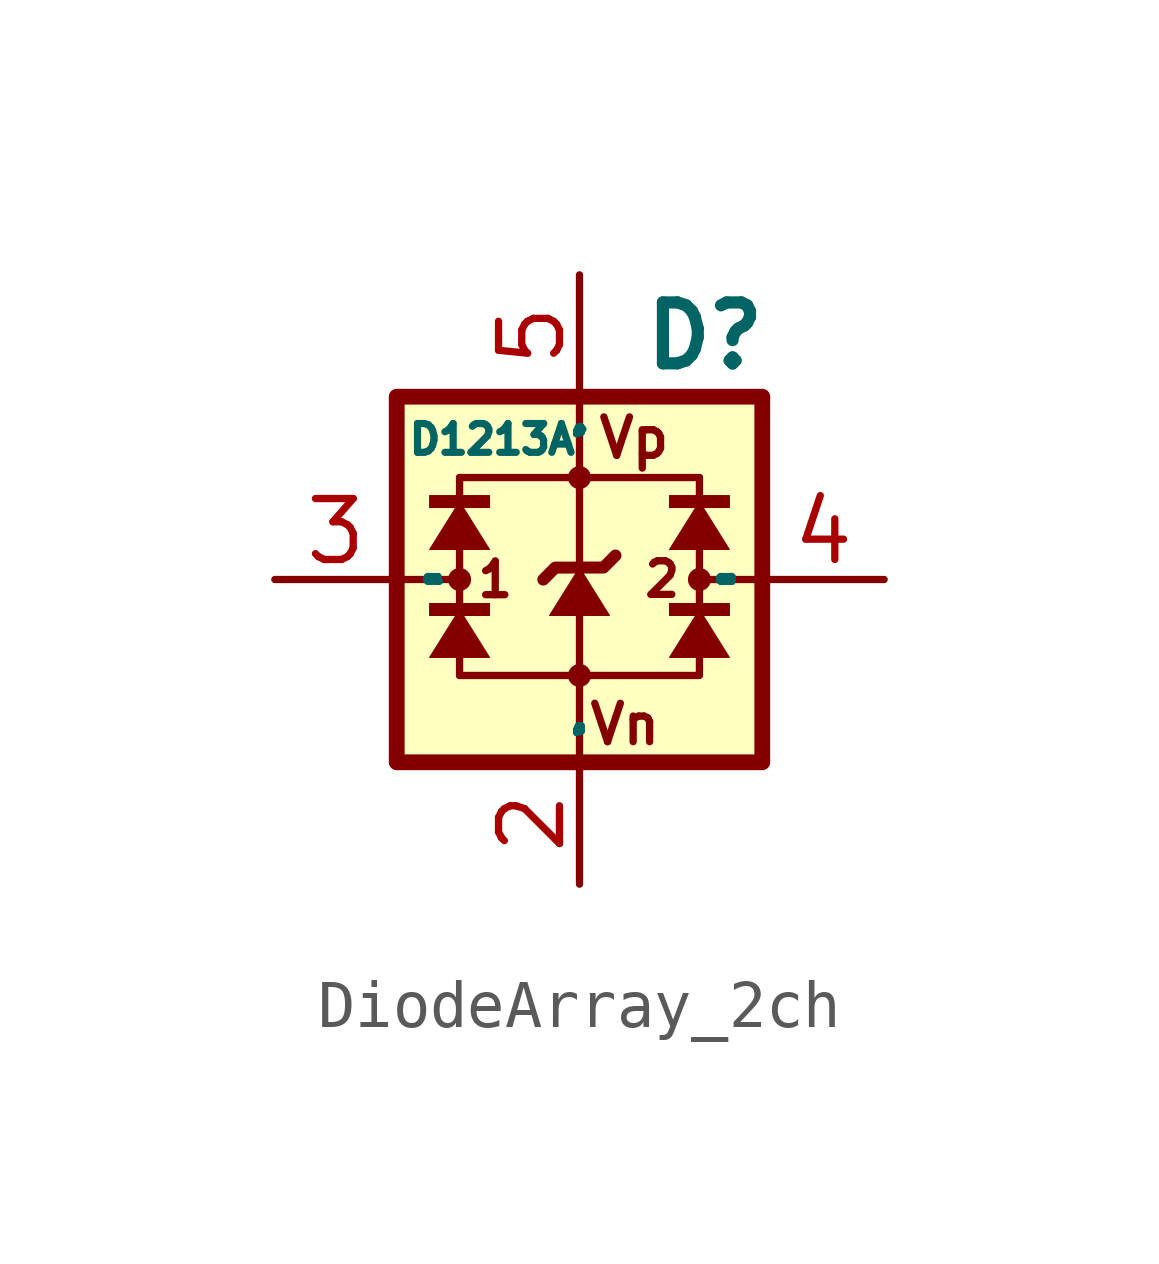
<source format=kicad_sym>
(kicad_symbol_lib
  (version 20241209)
  (generator "kicad_symbol_editor")
  (generator_version "9.0")
  (symbol "DiodeArray_2ch"
    (property "Reference" "D"
      (at 1.27 5.08 0)
      (do_not_autoplace)
      (effects (font (size 1.27 1.27) (thickness 0.254) (bold yes)) (justify left)))
    (property "Value" "D1213A"
      (at -3.618 2.921 0)
      (do_not_autoplace)
      (effects (font (size 0.6 0.6)) (justify left)))
    (symbol "DiodeArray_2ch_0_1"
      (rectangle (start -3.81 3.81) (end 3.81 -3.81) (stroke (width 0.33) (type default)) (fill (type background)))
      (rectangle (start -3.125 1.75) (end -1.875 1.5) (stroke (width 0.001) (type default)) (fill (type outline)))
      (rectangle (start -3.125 -0.5) (end -1.875 -0.75) (stroke (width 0.001) (type default)) (fill (type outline)))
      (polyline (pts (xy -2.5 2.125) (xy -2.5 -2)) (stroke (width 0) (type default)) (fill (type none)))
      (polyline (pts (xy -2.5 1.625) (xy -3.125 0.625) (xy -1.875 0.625) (xy -2.5 1.625)) (stroke (width 0.001) (type default)) (fill (type outline)))
      (polyline (pts (xy -2.5 -0.625) (xy -3.125 -1.625) (xy -1.875 -1.625) (xy -2.5 -0.625)) (stroke (width 0.001) (type default)) (fill (type outline)))
      (polyline (pts (xy -0.755 -0.002) (xy -0.505 0.248) (xy 0.5 0.25) (xy 0.75 0.5)) (stroke (width 0.25) (type default)) (fill (type none)))
      (polyline (pts (xy 0 0.25) (xy -0.625 -0.75) (xy 0.625 -0.75) (xy 0 0.25)) (stroke (width 0.001) (type default)) (fill (type outline)))
      (polyline (pts (xy 0 -3.81) (xy 0 3.81)) (stroke (width 0) (type default)) (fill (type none)))
      (rectangle (start 1.875 1.75) (end 3.125 1.5) (stroke (width 0.001) (type default)) (fill (type outline)))
      (rectangle (start 1.875 -0.5) (end 3.125 -0.75) (stroke (width 0.001) (type default)) (fill (type outline)))
      (polyline (pts (xy 2.5 2.125) (xy -2.5 2.125)) (stroke (width 0) (type default)) (fill (type none)))
      (polyline (pts (xy 2.5 2.125) (xy 2.5 -2) (xy -2.5 -2)) (stroke (width 0) (type default)) (fill (type none)))
      (polyline (pts (xy 2.5 1.625) (xy 1.875 0.625) (xy 3.125 0.625) (xy 2.5 1.625)) (stroke (width 0.001) (type default)) (fill (type outline)))
      (polyline (pts (xy 2.5 -0.625) (xy 1.875 -1.625) (xy 3.125 -1.625) (xy 2.5 -0.625)) (stroke (width 0.001) (type default)) (fill (type outline))))
    (symbol "DiodeArray_2ch_1_1"
      (polyline (pts (xy -2.54 0) (xy -3.81 0)) (stroke (width 0) (type default)) (fill (type none)))
      (circle (center -2.5 0) (radius 0.24) (stroke (width -0.0001) (type solid)) (fill (type outline)))
      (circle (center 0 2.125) (radius 0.24) (stroke (width -0.0001) (type solid)) (fill (type outline)))
      (circle (center 0 -2) (radius 0.24) (stroke (width -0.0001) (type solid)) (fill (type outline)))
      (circle (center 2.5 0) (radius 0.24) (stroke (width -0.0001) (type solid)) (fill (type outline)))
      (polyline (pts (xy 3.81 0) (xy 2.54 0)) (stroke (width 0) (type default)) (fill (type none)))
      (text "1" (at -2.19 -0.0003 0) (effects (font (size 0.7 0.7)) (justify left)))
      (text "Vn" (at 0.142 -3.486 0) (effects (font (size 0.8 0.8)) (justify left bottom)))
      (text "Vp" (at 0.332 3.419 0) (effects (font (size 0.8 0.8)) (justify left top)))
      (text "2" (at 2.157 0.006 0) (effects (font (size 0.7 0.7)) (justify right)))
      (pin passive line (at -6.35 0 0) (length 2.54) (name "CH1" (effects (font (size 0.1 0.1)))) (number "3" (effects (font (size 1.27 1.27)))))
      (pin passive line (at 0 6.35 270) (length 2.54) (name "Vp" (effects (font (size 0.1 0.1)))) (number "5" (effects (font (size 1.27 1.27)))))
      (pin passive line (at 0 -6.35 90) (length 2.54) (name "Vn" (effects (font (size 0.1 0.1)))) (number "2" (effects (font (size 1.27 1.27)))))
      (pin passive line (at 6.35 0 180) (length 2.54) (name "CH2" (effects (font (size 0.1 0.1)))) (number "4" (effects (font (size 1.27 1.27)))))
      (pin passive line (at 6.35 -2.54 180) (length 2.54) (hide yes) (name "NC" (effects (font (size 0.1 0.1)))) (number "1" (effects (font (size 1.27 1.27))))))))
</source>
